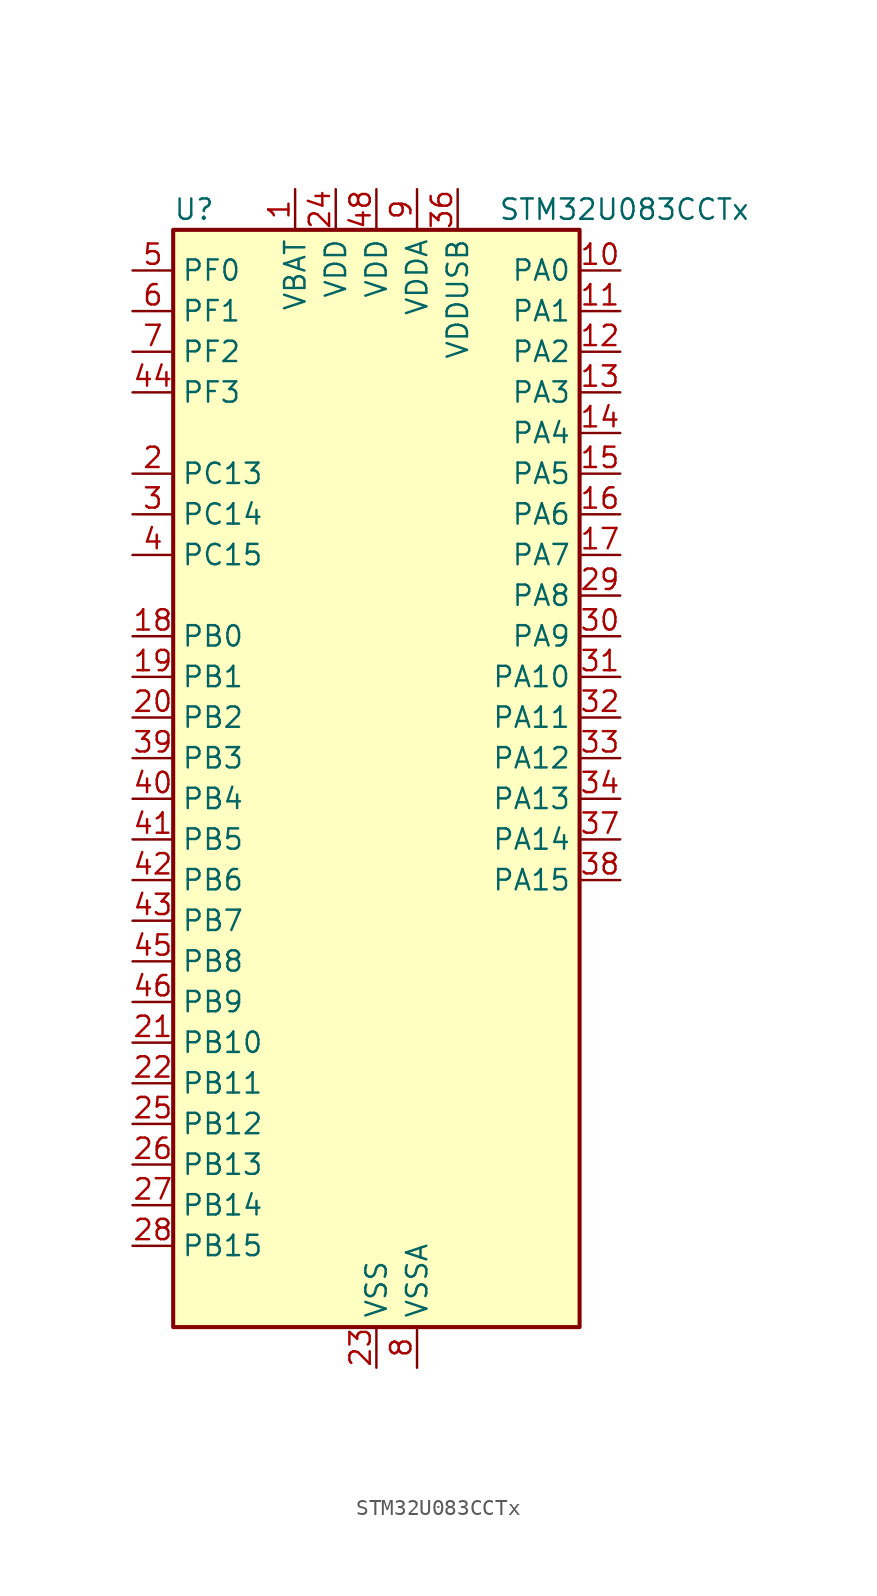
<source format=kicad_sym>
(kicad_symbol_lib
  (version 20231120)
  (generator "kicad_symbol_editor")
  (generator_version "8.99")
  (symbol "STM32U083CCTx"
    (property "Reference" "U"
      (at -12.7 36.83 0)
      (effects (font (size 1.27 1.27)) (justify left)))
    (property "Value" "STM32U083CCTx"
      (at 7.62 36.83 0)
      (effects (font (size 1.27 1.27)) (justify left)))
    (property "ki_locked" ""
      (at 0 0 0)
      (effects (font (size 1.27 1.27))))
    (symbol "STM32U083CCTx_0_1"
      (rectangle (start -12.7 -33.02) (end 12.7 35.56) (stroke (width 0.254) (type default)) (fill (type background))))
    (symbol "STM32U083CCTx_1_1"
      (pin power_in line (at -5.08 38.1 270) (length 2.54) (name "VBAT" (effects (font (size 1.27 1.27)))) (number "1" (effects (font (size 1.27 1.27)))))
      (pin bidirectional line (at 15.24 33.02 180) (length 2.54) (name "PA0" (effects (font (size 1.27 1.27)))) (number "10" (effects (font (size 1.27 1.27)))) (alternate "ADC1_IN4" bidirectional line) (alternate "COMP1_INM" bidirectional line) (alternate "COMP1_OUT" bidirectional line) (alternate "LCD_SEG42" bidirectional line) (alternate "OPAMP1_VINP" bidirectional line) (alternate "PWR_WKUP1" bidirectional line) (alternate "TAMP_IN2" bidirectional line) (alternate "TIM2_CH1" bidirectional line) (alternate "TIM2_ETR" bidirectional line) (alternate "USART2_CTS" bidirectional line) (alternate "USART4_TX" bidirectional line))
      (pin bidirectional line (at 15.24 30.48 180) (length 2.54) (name "PA1" (effects (font (size 1.27 1.27)))) (number "11" (effects (font (size 1.27 1.27)))) (alternate "ADC1_IN5" bidirectional line) (alternate "COMP1_INP" bidirectional line) (alternate "LCD_SEG0" bidirectional line) (alternate "LPTIM1_CH2" bidirectional line) (alternate "OPAMP1_VINM" bidirectional line) (alternate "PWR_WKUP3" bidirectional line) (alternate "SPI1_SCK" bidirectional line) (alternate "SPI2_SCK" bidirectional line) (alternate "TAMP_IN5" bidirectional line) (alternate "TIM15_CH1N" bidirectional line) (alternate "TIM2_CH2" bidirectional line) (alternate "USART2_DE" bidirectional line) (alternate "USART2_RTS" bidirectional line) (alternate "USART4_RX" bidirectional line))
      (pin bidirectional line (at 15.24 27.94 180) (length 2.54) (name "PA2" (effects (font (size 1.27 1.27)))) (number "12" (effects (font (size 1.27 1.27)))) (alternate "ADC1_IN6" bidirectional line) (alternate "COMP2_INM" bidirectional line) (alternate "COMP2_OUT" bidirectional line) (alternate "LCD_SEG1" bidirectional line) (alternate "LPUART1_TX" bidirectional line) (alternate "PWR_WKUP4" bidirectional line) (alternate "RCC_LSCO" bidirectional line) (alternate "TIM15_CH1" bidirectional line) (alternate "TIM2_CH3" bidirectional line) (alternate "USART2_TX" bidirectional line))
      (pin bidirectional line (at 15.24 25.4 180) (length 2.54) (name "PA3" (effects (font (size 1.27 1.27)))) (number "13" (effects (font (size 1.27 1.27)))) (alternate "ADC1_IN7" bidirectional line) (alternate "COMP2_INP" bidirectional line) (alternate "LCD_SEG2" bidirectional line) (alternate "LPUART1_RX" bidirectional line) (alternate "OPAMP1_VOUT" bidirectional line) (alternate "TIM15_CH2" bidirectional line) (alternate "TIM2_CH4" bidirectional line) (alternate "USART2_RX" bidirectional line))
      (pin bidirectional line (at 15.24 22.86 180) (length 2.54) (name "PA4" (effects (font (size 1.27 1.27)))) (number "14" (effects (font (size 1.27 1.27)))) (alternate "ADC1_IN8" bidirectional line) (alternate "COMP1_INM" bidirectional line) (alternate "COMP2_INM" bidirectional line) (alternate "DAC1_OUT1" bidirectional line) (alternate "LCD_SEG43" bidirectional line) (alternate "LPTIM2_CH1" bidirectional line) (alternate "LPUART3_TX" bidirectional line) (alternate "SPI1_NSS" bidirectional line) (alternate "SPI3_NSS" bidirectional line) (alternate "USART2_CK" bidirectional line))
      (pin bidirectional line (at 15.24 20.32 180) (length 2.54) (name "PA5" (effects (font (size 1.27 1.27)))) (number "15" (effects (font (size 1.27 1.27)))) (alternate "ADC1_IN9" bidirectional line) (alternate "COMP1_INM" bidirectional line) (alternate "COMP2_INM" bidirectional line) (alternate "LCD_SEG44" bidirectional line) (alternate "LPTIM2_ETR" bidirectional line) (alternate "LPUART3_RX" bidirectional line) (alternate "SPI1_SCK" bidirectional line) (alternate "TIM2_CH1" bidirectional line) (alternate "TIM2_ETR" bidirectional line) (alternate "USART3_TX" bidirectional line))
      (pin bidirectional line (at 15.24 17.78 180) (length 2.54) (name "PA6" (effects (font (size 1.27 1.27)))) (number "16" (effects (font (size 1.27 1.27)))) (alternate "ADC1_IN10" bidirectional line) (alternate "COMP1_OUT" bidirectional line) (alternate "I2C2_SDA" bidirectional line) (alternate "I2C3_SDA" bidirectional line) (alternate "LCD_SEG3" bidirectional line) (alternate "LPUART1_CTS" bidirectional line) (alternate "SPI1_MISO" bidirectional line) (alternate "TIM16_CH1" bidirectional line) (alternate "TIM1_BKIN" bidirectional line) (alternate "TIM3_CH1" bidirectional line) (alternate "TSC_G5_IO1" bidirectional line) (alternate "USART3_CTS" bidirectional line))
      (pin bidirectional line (at 15.24 15.24 180) (length 2.54) (name "PA7" (effects (font (size 1.27 1.27)))) (number "17" (effects (font (size 1.27 1.27)))) (alternate "ADC1_IN14" bidirectional line) (alternate "COMP2_OUT" bidirectional line) (alternate "I2C2_SCL" bidirectional line) (alternate "I2C3_SCL" bidirectional line) (alternate "LCD_SEG4" bidirectional line) (alternate "LPTIM2_CH2" bidirectional line) (alternate "SPI1_MOSI" bidirectional line) (alternate "TIM1_CH1N" bidirectional line) (alternate "TIM3_CH2" bidirectional line) (alternate "USART3_RX" bidirectional line))
      (pin bidirectional line (at -15.24 10.16 0) (length 2.54) (name "PB0" (effects (font (size 1.27 1.27)))) (number "18" (effects (font (size 1.27 1.27)))) (alternate "ADC1_IN17" bidirectional line) (alternate "COMP1_OUT" bidirectional line) (alternate "LCD_SEG5" bidirectional line) (alternate "LPTIM3_CH1" bidirectional line) (alternate "LPUART2_CTS" bidirectional line) (alternate "SPI1_NSS" bidirectional line) (alternate "TIM1_CH2N" bidirectional line) (alternate "TIM3_CH3" bidirectional line) (alternate "TSC_G5_IO2" bidirectional line) (alternate "USART3_CK" bidirectional line))
      (pin bidirectional line (at -15.24 7.62 0) (length 2.54) (name "PB1" (effects (font (size 1.27 1.27)))) (number "19" (effects (font (size 1.27 1.27)))) (alternate "ADC1_IN18" bidirectional line) (alternate "COMP1_INM" bidirectional line) (alternate "LCD_SEG6" bidirectional line) (alternate "LPTIM2_IN1" bidirectional line) (alternate "LPTIM3_CH2" bidirectional line) (alternate "LPUART1_DE" bidirectional line) (alternate "LPUART1_RTS" bidirectional line) (alternate "LPUART2_DE" bidirectional line) (alternate "LPUART2_RTS" bidirectional line) (alternate "TIM1_CH3N" bidirectional line) (alternate "TIM3_CH4" bidirectional line) (alternate "TSC_SYNC" bidirectional line) (alternate "USART3_DE" bidirectional line) (alternate "USART3_RTS" bidirectional line))
      (pin bidirectional line (at -15.24 20.32 0) (length 2.54) (name "PC13" (effects (font (size 1.27 1.27)))) (number "2" (effects (font (size 1.27 1.27)))) (alternate "LPTIM1_CH3" bidirectional line) (alternate "LPTIM3_CH3" bidirectional line) (alternate "PWR_WKUP2" bidirectional line) (alternate "RTC_OUT1" bidirectional line) (alternate "RTC_TS" bidirectional line) (alternate "TAMP_IN1" bidirectional line))
      (pin bidirectional line (at -15.24 5.08 0) (length 2.54) (name "PB2" (effects (font (size 1.27 1.27)))) (number "20" (effects (font (size 1.27 1.27)))) (alternate "COMP1_INP" bidirectional line) (alternate "LPTIM1_CH1" bidirectional line) (alternate "RTC_OUT2" bidirectional line))
      (pin bidirectional line (at -15.24 -15.24 0) (length 2.54) (name "PB10" (effects (font (size 1.27 1.27)))) (number "21" (effects (font (size 1.27 1.27)))) (alternate "COMP1_OUT" bidirectional line) (alternate "I2C2_SCL" bidirectional line) (alternate "I2C4_SCL" bidirectional line) (alternate "LCD_SEG10" bidirectional line) (alternate "LPTIM3_CH1" bidirectional line) (alternate "LPUART1_RX" bidirectional line) (alternate "LPUART2_RX" bidirectional line) (alternate "SPI2_SCK" bidirectional line) (alternate "TIM2_CH3" bidirectional line) (alternate "TSC_G5_IO3" bidirectional line) (alternate "USART3_TX" bidirectional line))
      (pin bidirectional line (at -15.24 -17.78 0) (length 2.54) (name "PB11" (effects (font (size 1.27 1.27)))) (number "22" (effects (font (size 1.27 1.27)))) (alternate "ADC1_EXTI11" bidirectional line) (alternate "COMP2_OUT" bidirectional line) (alternate "I2C2_SDA" bidirectional line) (alternate "I2C4_SDA" bidirectional line) (alternate "LCD_SEG11" bidirectional line) (alternate "LPUART1_TX" bidirectional line) (alternate "LPUART2_TX" bidirectional line) (alternate "TIM2_CH4" bidirectional line) (alternate "TSC_G5_IO4" bidirectional line) (alternate "USART3_RX" bidirectional line))
      (pin power_in line (at 0 -35.56 90) (length 2.54) (name "VSS" (effects (font (size 1.27 1.27)))) (number "23" (effects (font (size 1.27 1.27)))))
      (pin power_in line (at -2.54 38.1 270) (length 2.54) (name "VDD" (effects (font (size 1.27 1.27)))) (number "24" (effects (font (size 1.27 1.27)))))
      (pin bidirectional line (at -15.24 -20.32 0) (length 2.54) (name "PB12" (effects (font (size 1.27 1.27)))) (number "25" (effects (font (size 1.27 1.27)))) (alternate "LCD_SEG12" bidirectional line) (alternate "LPUART1_DE" bidirectional line) (alternate "LPUART1_RTS" bidirectional line) (alternate "SPI2_NSS" bidirectional line) (alternate "TIM15_BKIN" bidirectional line) (alternate "TIM1_BKIN" bidirectional line) (alternate "TSC_G1_IO1" bidirectional line) (alternate "USART3_CK" bidirectional line))
      (pin bidirectional line (at -15.24 -22.86 0) (length 2.54) (name "PB13" (effects (font (size 1.27 1.27)))) (number "26" (effects (font (size 1.27 1.27)))) (alternate "I2C2_SCL" bidirectional line) (alternate "LCD_SEG13" bidirectional line) (alternate "LPTIM3_IN1" bidirectional line) (alternate "LPUART1_CTS" bidirectional line) (alternate "SPI2_SCK" bidirectional line) (alternate "TIM15_CH1N" bidirectional line) (alternate "TIM1_CH1N" bidirectional line) (alternate "TSC_G1_IO2" bidirectional line) (alternate "USART3_CTS" bidirectional line))
      (pin bidirectional line (at -15.24 -25.4 0) (length 2.54) (name "PB14" (effects (font (size 1.27 1.27)))) (number "27" (effects (font (size 1.27 1.27)))) (alternate "I2C2_SDA" bidirectional line) (alternate "LCD_SEG14" bidirectional line) (alternate "LPTIM3_ETR" bidirectional line) (alternate "SPI2_MISO" bidirectional line) (alternate "TIM15_CH1" bidirectional line) (alternate "TIM1_CH2N" bidirectional line) (alternate "TSC_G1_IO3" bidirectional line) (alternate "USART3_DE" bidirectional line) (alternate "USART3_RTS" bidirectional line))
      (pin bidirectional line (at -15.24 -27.94 0) (length 2.54) (name "PB15" (effects (font (size 1.27 1.27)))) (number "28" (effects (font (size 1.27 1.27)))) (alternate "LCD_SEG15" bidirectional line) (alternate "PWR_WKUP7" bidirectional line) (alternate "RTC_REFIN" bidirectional line) (alternate "SPI2_MOSI" bidirectional line) (alternate "TAMP_IN3" bidirectional line) (alternate "TIM15_CH2" bidirectional line) (alternate "TIM1_CH3N" bidirectional line) (alternate "TSC_G1_IO4" bidirectional line))
      (pin bidirectional line (at 15.24 12.7 180) (length 2.54) (name "PA8" (effects (font (size 1.27 1.27)))) (number "29" (effects (font (size 1.27 1.27)))) (alternate "LCD_COM0" bidirectional line) (alternate "LPTIM2_CH1" bidirectional line) (alternate "RCC_MCO" bidirectional line) (alternate "RCC_MCO2" bidirectional line) (alternate "TIM1_CH1" bidirectional line) (alternate "TSC_G7_IO1" bidirectional line) (alternate "USART1_CK" bidirectional line))
      (pin bidirectional line (at -15.24 17.78 0) (length 2.54) (name "PC14" (effects (font (size 1.27 1.27)))) (number "3" (effects (font (size 1.27 1.27)))) (alternate "RCC_OSC32_IN" bidirectional line))
      (pin bidirectional line (at 15.24 10.16 180) (length 2.54) (name "PA9" (effects (font (size 1.27 1.27)))) (number "30" (effects (font (size 1.27 1.27)))) (alternate "COMP1_INP" bidirectional line) (alternate "DAC1_EXTI9" bidirectional line) (alternate "I2C1_SCL" bidirectional line) (alternate "I2C2_SCL" bidirectional line) (alternate "LCD_COM1" bidirectional line) (alternate "RCC_MCO" bidirectional line) (alternate "TIM15_BKIN" bidirectional line) (alternate "TIM1_CH2" bidirectional line) (alternate "TSC_G7_IO2" bidirectional line) (alternate "USART1_TX" bidirectional line))
      (pin bidirectional line (at 15.24 7.62 180) (length 2.54) (name "PA10" (effects (font (size 1.27 1.27)))) (number "31" (effects (font (size 1.27 1.27)))) (alternate "CRS_SYNC" bidirectional line) (alternate "I2C1_SDA" bidirectional line) (alternate "I2C2_SDA" bidirectional line) (alternate "LCD_COM2" bidirectional line) (alternate "RCC_MCO2" bidirectional line) (alternate "SPI2_NSS" bidirectional line) (alternate "TIM1_CH3" bidirectional line) (alternate "TSC_G7_IO3" bidirectional line) (alternate "USART1_RX" bidirectional line))
      (pin bidirectional line (at 15.24 5.08 180) (length 2.54) (name "PA11" (effects (font (size 1.27 1.27)))) (number "32" (effects (font (size 1.27 1.27)))) (alternate "ADC1_EXTI11" bidirectional line) (alternate "COMP1_OUT" bidirectional line) (alternate "SPI1_MISO" bidirectional line) (alternate "SPI2_MISO" bidirectional line) (alternate "TIM1_BKIN2" bidirectional line) (alternate "TIM1_CH4" bidirectional line) (alternate "USART1_CTS" bidirectional line) (alternate "USB_DM" bidirectional line))
      (pin bidirectional line (at 15.24 2.54 180) (length 2.54) (name "PA12" (effects (font (size 1.27 1.27)))) (number "33" (effects (font (size 1.27 1.27)))) (alternate "SPI1_MOSI" bidirectional line) (alternate "SPI2_MOSI" bidirectional line) (alternate "TIM1_ETR" bidirectional line) (alternate "USART1_DE" bidirectional line) (alternate "USART1_RTS" bidirectional line) (alternate "USB_DP" bidirectional line))
      (pin bidirectional line (at 15.24 0 180) (length 2.54) (name "PA13" (effects (font (size 1.27 1.27)))) (number "34" (effects (font (size 1.27 1.27)))) (alternate "DEBUG_JTMS-SWDIO" bidirectional line) (alternate "IR_OUT" bidirectional line) (alternate "LCD_SEG40" bidirectional line) (alternate "TSC_G7_IO4" bidirectional line) (alternate "USB_NOE" bidirectional line))
      (pin passive line (at 0 -35.56 90) (length 2.54) hide (name "VSS" (effects (font (size 1.27 1.27)))) (number "35" (effects (font (size 1.27 1.27)))))
      (pin power_in line (at 5.08 38.1 270) (length 2.54) (name "VDDUSB" (effects (font (size 1.27 1.27)))) (number "36" (effects (font (size 1.27 1.27)))))
      (pin bidirectional line (at 15.24 -2.54 180) (length 2.54) (name "PA14" (effects (font (size 1.27 1.27)))) (number "37" (effects (font (size 1.27 1.27)))) (alternate "DEBUG_JTCK-SWCLK" bidirectional line) (alternate "LCD_SEG41" bidirectional line) (alternate "LPTIM1_CH1" bidirectional line) (alternate "TSC_G3_IO4" bidirectional line))
      (pin bidirectional line (at 15.24 -5.08 180) (length 2.54) (name "PA15" (effects (font (size 1.27 1.27)))) (number "38" (effects (font (size 1.27 1.27)))) (alternate "DEBUG_JTDI" bidirectional line) (alternate "LCD_SEG17" bidirectional line) (alternate "LPTIM3_CH3" bidirectional line) (alternate "LPTIM3_IN2" bidirectional line) (alternate "SPI1_NSS" bidirectional line) (alternate "SPI3_NSS" bidirectional line) (alternate "TIM2_CH1" bidirectional line) (alternate "TIM2_ETR" bidirectional line) (alternate "TSC_G3_IO1" bidirectional line) (alternate "USART2_RX" bidirectional line) (alternate "USART3_DE" bidirectional line) (alternate "USART3_RTS" bidirectional line) (alternate "USART4_DE" bidirectional line) (alternate "USART4_RTS" bidirectional line))
      (pin bidirectional line (at -15.24 2.54 0) (length 2.54) (name "PB3" (effects (font (size 1.27 1.27)))) (number "39" (effects (font (size 1.27 1.27)))) (alternate "COMP2_INM" bidirectional line) (alternate "DEBUG_JTDO-SWO" bidirectional line) (alternate "I2C2_SCL" bidirectional line) (alternate "I2C3_SCL" bidirectional line) (alternate "LCD_SEG7" bidirectional line) (alternate "LPTIM1_CH3" bidirectional line) (alternate "SPI1_SCK" bidirectional line) (alternate "SPI3_SCK" bidirectional line) (alternate "TIM2_CH2" bidirectional line) (alternate "USART1_DE" bidirectional line) (alternate "USART1_RTS" bidirectional line))
      (pin bidirectional line (at -15.24 15.24 0) (length 2.54) (name "PC15" (effects (font (size 1.27 1.27)))) (number "4" (effects (font (size 1.27 1.27)))) (alternate "RCC_OSC32_EN" bidirectional line) (alternate "RCC_OSC32_OUT" bidirectional line) (alternate "RCC_OSC_EN" bidirectional line))
      (pin bidirectional line (at -15.24 0 0) (length 2.54) (name "PB4" (effects (font (size 1.27 1.27)))) (number "40" (effects (font (size 1.27 1.27)))) (alternate "COMP2_INP" bidirectional line) (alternate "I2C2_SDA" bidirectional line) (alternate "I2C3_SDA" bidirectional line) (alternate "LCD_SEG8" bidirectional line) (alternate "LPTIM1_CH4" bidirectional line) (alternate "LPUART3_DE" bidirectional line) (alternate "LPUART3_RTS" bidirectional line) (alternate "SPI1_MISO" bidirectional line) (alternate "SPI3_MISO" bidirectional line) (alternate "TIM3_CH1" bidirectional line) (alternate "TSC_G2_IO1" bidirectional line) (alternate "USART1_CTS" bidirectional line))
      (pin bidirectional line (at -15.24 -2.54 0) (length 2.54) (name "PB5" (effects (font (size 1.27 1.27)))) (number "41" (effects (font (size 1.27 1.27)))) (alternate "COMP2_OUT" bidirectional line) (alternate "LCD_SEG9" bidirectional line) (alternate "LPTIM1_IN1" bidirectional line) (alternate "LPUART3_CTS" bidirectional line) (alternate "SPI1_MOSI" bidirectional line) (alternate "SPI3_MOSI" bidirectional line) (alternate "TIM16_BKIN" bidirectional line) (alternate "TIM3_CH2" bidirectional line) (alternate "TSC_G2_IO2" bidirectional line) (alternate "USART1_CK" bidirectional line))
      (pin bidirectional line (at -15.24 -5.08 0) (length 2.54) (name "PB6" (effects (font (size 1.27 1.27)))) (number "42" (effects (font (size 1.27 1.27)))) (alternate "COMP2_INP" bidirectional line) (alternate "I2C1_SCL" bidirectional line) (alternate "I2C2_SCL" bidirectional line) (alternate "I2C4_SCL" bidirectional line) (alternate "LPTIM1_ETR" bidirectional line) (alternate "LPUART2_TX" bidirectional line) (alternate "LPUART3_TX" bidirectional line) (alternate "TIM16_CH1N" bidirectional line) (alternate "TSC_G2_IO3" bidirectional line) (alternate "USART1_TX" bidirectional line))
      (pin bidirectional line (at -15.24 -7.62 0) (length 2.54) (name "PB7" (effects (font (size 1.27 1.27)))) (number "43" (effects (font (size 1.27 1.27)))) (alternate "COMP2_INM" bidirectional line) (alternate "I2C1_SDA" bidirectional line) (alternate "I2C2_SDA" bidirectional line) (alternate "I2C4_SDA" bidirectional line) (alternate "LCD_SEG21" bidirectional line) (alternate "LPTIM1_IN2" bidirectional line) (alternate "LPUART2_RX" bidirectional line) (alternate "LPUART3_RX" bidirectional line) (alternate "PWR_PVD_IN" bidirectional line) (alternate "TSC_G2_IO4" bidirectional line) (alternate "USART1_RX" bidirectional line) (alternate "USART4_CTS" bidirectional line))
      (pin bidirectional line (at -15.24 25.4 0) (length 2.54) (name "PF3" (effects (font (size 1.27 1.27)))) (number "44" (effects (font (size 1.27 1.27)))))
      (pin bidirectional line (at -15.24 -10.16 0) (length 2.54) (name "PB8" (effects (font (size 1.27 1.27)))) (number "45" (effects (font (size 1.27 1.27)))) (alternate "I2C1_SCL" bidirectional line) (alternate "I2C2_SCL" bidirectional line) (alternate "LCD_SEG16" bidirectional line) (alternate "LPTIM1_IN2" bidirectional line) (alternate "LPTIM3_IN2" bidirectional line) (alternate "TIM16_CH1" bidirectional line) (alternate "USART3_TX" bidirectional line))
      (pin bidirectional line (at -15.24 -12.7 0) (length 2.54) (name "PB9" (effects (font (size 1.27 1.27)))) (number "46" (effects (font (size 1.27 1.27)))) (alternate "DAC1_EXTI9" bidirectional line) (alternate "I2C1_SDA" bidirectional line) (alternate "I2C2_SDA" bidirectional line) (alternate "IR_OUT" bidirectional line) (alternate "LCD_COM3" bidirectional line) (alternate "LPTIM1_CH4" bidirectional line) (alternate "LPTIM3_CH4" bidirectional line) (alternate "SPI2_NSS" bidirectional line) (alternate "USART3_RX" bidirectional line))
      (pin passive line (at 0 -35.56 90) (length 2.54) hide (name "VSS" (effects (font (size 1.27 1.27)))) (number "47" (effects (font (size 1.27 1.27)))))
      (pin power_in line (at 0 38.1 270) (length 2.54) (name "VDD" (effects (font (size 1.27 1.27)))) (number "48" (effects (font (size 1.27 1.27)))))
      (pin bidirectional line (at -15.24 33.02 0) (length 2.54) (name "PF0" (effects (font (size 1.27 1.27)))) (number "5" (effects (font (size 1.27 1.27)))) (alternate "RCC_OSC_IN" bidirectional line))
      (pin bidirectional line (at -15.24 30.48 0) (length 2.54) (name "PF1" (effects (font (size 1.27 1.27)))) (number "6" (effects (font (size 1.27 1.27)))) (alternate "RCC_OSC_EN" bidirectional line) (alternate "RCC_OSC_OUT" bidirectional line))
      (pin bidirectional line (at -15.24 27.94 0) (length 2.54) (name "PF2" (effects (font (size 1.27 1.27)))) (number "7" (effects (font (size 1.27 1.27)))) (alternate "RCC_MCO" bidirectional line))
      (pin power_in line (at 2.54 -35.56 90) (length 2.54) (name "VSSA" (effects (font (size 1.27 1.27)))) (number "8" (effects (font (size 1.27 1.27)))))
      (pin power_in line (at 2.54 38.1 270) (length 2.54) (name "VDDA" (effects (font (size 1.27 1.27)))) (number "9" (effects (font (size 1.27 1.27))))))))
</source>
